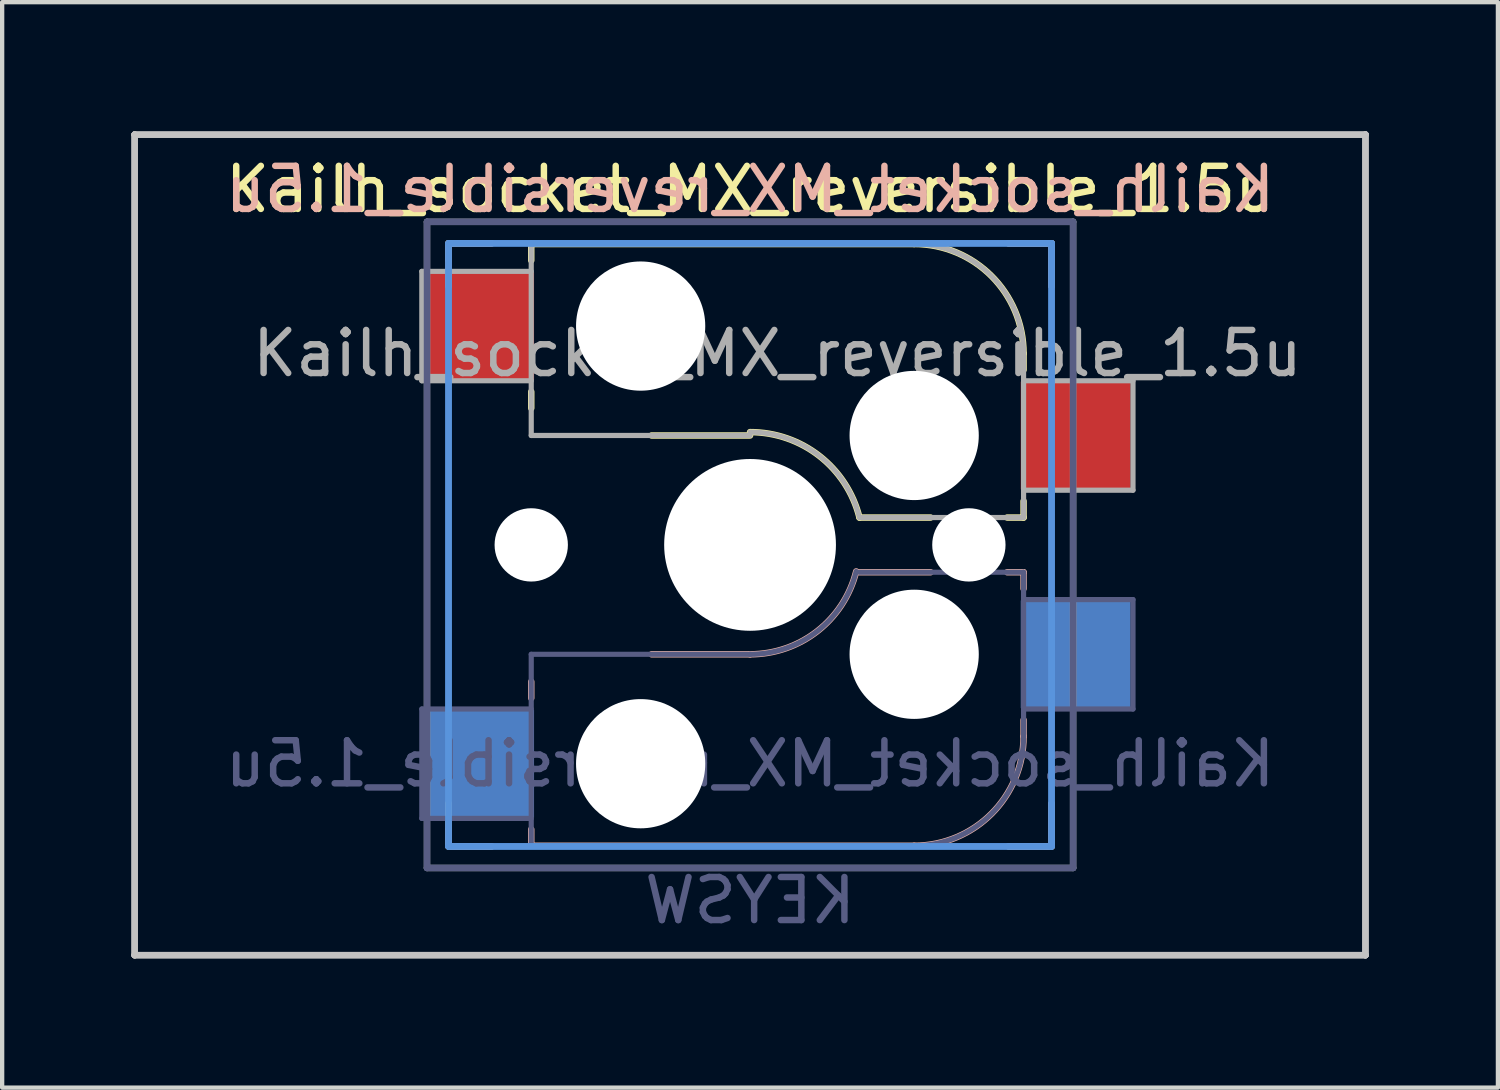
<source format=kicad_pcb>
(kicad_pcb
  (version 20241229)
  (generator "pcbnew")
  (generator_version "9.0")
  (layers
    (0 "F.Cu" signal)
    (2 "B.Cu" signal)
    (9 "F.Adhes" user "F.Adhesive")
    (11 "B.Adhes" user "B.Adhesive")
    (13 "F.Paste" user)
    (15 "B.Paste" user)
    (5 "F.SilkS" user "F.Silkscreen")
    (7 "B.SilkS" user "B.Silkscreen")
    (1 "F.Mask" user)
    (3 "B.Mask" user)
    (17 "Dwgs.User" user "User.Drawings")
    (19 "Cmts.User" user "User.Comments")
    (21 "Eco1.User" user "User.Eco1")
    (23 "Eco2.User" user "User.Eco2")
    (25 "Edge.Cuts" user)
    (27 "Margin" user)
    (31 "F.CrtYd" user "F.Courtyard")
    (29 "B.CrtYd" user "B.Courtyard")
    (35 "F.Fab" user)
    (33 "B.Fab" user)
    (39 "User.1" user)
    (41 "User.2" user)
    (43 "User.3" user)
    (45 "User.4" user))
  (footprint "Kailh_socket_MX_reversible_1.5u"
    (layer "F.Cu")
    (at 14.363 9.6)
    (property "Reference" "Kailh_socket_MX_reversible_1.5u" (at 0 -8.255 0) (layer "F.SilkS") (effects (font (size 1 1) (thickness 0.15))))
    (property "Value" "KEYSW" (at 0 8.255 0) (layer "F.Fab") (hide yes) (effects (font (size 1 1) (thickness 0.15))))
    (attr smd)
    (fp_line (start -7 -7) (end -6 -7) (stroke (width 0.15) (type solid)) (layer "F.SilkS"))
    (fp_line (start -7 -6.604) (end -7 -7) (stroke (width 0.15) (type solid)) (layer "F.SilkS"))
    (fp_line (start -7 7) (end -7 6) (stroke (width 0.15) (type solid)) (layer "F.SilkS"))
    (fp_line (start -6 7) (end -7 7) (stroke (width 0.15) (type solid)) (layer "F.SilkS"))
    (fp_line (start -5.08 -6.985) (end -5.08 -6.604) (stroke (width 0.15) (type solid)) (layer "F.SilkS"))
    (fp_line (start -5.08 -3.556) (end -5.08 -3.175) (stroke (width 0.15) (type solid)) (layer "F.SilkS"))
    (fp_line (start -2.286 -2.54) (end 0 -2.54) (stroke (width 0.15) (type solid)) (layer "F.SilkS"))
    (fp_line (start 2.54 -0.635) (end 4.191 -0.635) (stroke (width 0.15) (type solid)) (layer "F.SilkS"))
    (fp_line (start 3.81 -6.985) (end -5.08 -6.985) (stroke (width 0.15) (type solid)) (layer "F.SilkS"))
    (fp_line (start 5.969 -0.635) (end 6.35 -0.635) (stroke (width 0.15) (type solid)) (layer "F.SilkS"))
    (fp_line (start 6 -7) (end 7 -7) (stroke (width 0.15) (type solid)) (layer "F.SilkS"))
    (fp_line (start 6.35 -4.445) (end 6.35 -4.064) (stroke (width 0.15) (type solid)) (layer "F.SilkS"))
    (fp_line (start 6.35 -0.635) (end 6.35 -1.016) (stroke (width 0.15) (type solid)) (layer "F.SilkS"))
    (fp_line (start 7 -7) (end 7 -6) (stroke (width 0.15) (type solid)) (layer "F.SilkS"))
    (fp_line (start 7 6) (end 7 7) (stroke (width 0.15) (type solid)) (layer "F.SilkS"))
    (fp_line (start 7 7) (end 6 7) (stroke (width 0.15) (type solid)) (layer "F.SilkS"))
    (fp_arc (start 0.000001 -2.618171) (mid 1.611255 -2.063656) (end 2.539999 -0.634999) (stroke (width 0.15) (type solid)) (layer "F.SilkS"))
    (fp_arc (start 3.81 -6.985) (mid 5.606051 -6.241051) (end 6.35 -4.445) (stroke (width 0.15) (type solid)) (layer "F.SilkS"))
    (fp_line (start -7 -7) (end -6 -7) (stroke (width 0.15) (type solid)) (layer "B.SilkS"))
    (fp_line (start -7 -6) (end -7 -7) (stroke (width 0.15) (type solid)) (layer "B.SilkS"))
    (fp_line (start -7 7) (end -7 6.604) (stroke (width 0.15) (type solid)) (layer "B.SilkS"))
    (fp_line (start -6 7) (end -7 7) (stroke (width 0.15) (type solid)) (layer "B.SilkS"))
    (fp_line (start -5.08 3.175) (end -5.08 3.556) (stroke (width 0.15) (type solid)) (layer "B.SilkS"))
    (fp_line (start -5.08 6.604) (end -5.08 6.985) (stroke (width 0.15) (type solid)) (layer "B.SilkS"))
    (fp_line (start -5.08 6.985) (end 3.81 6.985) (stroke (width 0.15) (type solid)) (layer "B.SilkS"))
    (fp_line (start 0 2.54) (end -2.286 2.54) (stroke (width 0.15) (type solid)) (layer "B.SilkS"))
    (fp_line (start 4.191 0.635) (end 2.54 0.635) (stroke (width 0.15) (type solid)) (layer "B.SilkS"))
    (fp_line (start 6 -7) (end 7 -7) (stroke (width 0.15) (type solid)) (layer "B.SilkS"))
    (fp_line (start 6.35 0.635) (end 5.969 0.635) (stroke (width 0.15) (type solid)) (layer "B.SilkS"))
    (fp_line (start 6.35 1.016) (end 6.35 0.635) (stroke (width 0.15) (type solid)) (layer "B.SilkS"))
    (fp_line (start 6.35 4.445) (end 6.35 4.064) (stroke (width 0.15) (type solid)) (layer "B.SilkS"))
    (fp_line (start 7 -7) (end 7 -6) (stroke (width 0.15) (type solid)) (layer "B.SilkS"))
    (fp_line (start 7 6) (end 7 7) (stroke (width 0.15) (type solid)) (layer "B.SilkS"))
    (fp_line (start 7 7) (end 6 7) (stroke (width 0.15) (type solid)) (layer "B.SilkS"))
    (fp_arc (start 2.464162 0.61604) (mid 1.563147 2.002042) (end 0 2.54) (stroke (width 0.15) (type solid)) (layer "B.SilkS"))
    (fp_arc (start 6.35 4.445) (mid 5.606051 6.241051) (end 3.81 6.985) (stroke (width 0.15) (type solid)) (layer "B.SilkS"))
    (fp_line (start -14.287 -9.525) (end -14.287 -9.525) (stroke (width 0.15) (type solid)) (layer "Dwgs.User"))
    (fp_line (start -14.287 -9.525) (end -14.287 -9.525) (stroke (width 0.15) (type solid)) (layer "Dwgs.User"))
    (fp_line (start -14.287 -9.525) (end -14.287 9.525) (stroke (width 0.15) (type solid)) (layer "Dwgs.User"))
    (fp_line (start -14.287 -9.525) (end 14.287 -9.525) (stroke (width 0.15) (type solid)) (layer "Dwgs.User"))
    (fp_line (start -14.287 9.525) (end -14.287 -9.525) (stroke (width 0.15) (type solid)) (layer "Dwgs.User"))
    (fp_line (start -14.287 9.525) (end -14.287 9.525) (stroke (width 0.15) (type solid)) (layer "Dwgs.User"))
    (fp_line (start -14.287 9.525) (end -14.287 9.525) (stroke (width 0.15) (type solid)) (layer "Dwgs.User"))
    (fp_line (start -14.287 9.525) (end 14.287 9.525) (stroke (width 0.15) (type solid)) (layer "Dwgs.User"))
    (fp_line (start 14.287 -9.525) (end -14.287 -9.525) (stroke (width 0.15) (type solid)) (layer "Dwgs.User"))
    (fp_line (start 14.287 -9.525) (end 14.287 -9.525) (stroke (width 0.15) (type solid)) (layer "Dwgs.User"))
    (fp_line (start 14.287 -9.525) (end 14.287 -9.525) (stroke (width 0.15) (type solid)) (layer "Dwgs.User"))
    (fp_line (start 14.287 -9.525) (end 14.287 9.525) (stroke (width 0.15) (type solid)) (layer "Dwgs.User"))
    (fp_line (start 14.287 9.525) (end -14.287 9.525) (stroke (width 0.15) (type solid)) (layer "Dwgs.User"))
    (fp_line (start 14.287 9.525) (end 14.287 -9.525) (stroke (width 0.15) (type solid)) (layer "Dwgs.User"))
    (fp_line (start 14.287 9.525) (end 14.287 9.525) (stroke (width 0.15) (type solid)) (layer "Dwgs.User"))
    (fp_line (start 14.287 9.525) (end 14.287 9.525) (stroke (width 0.15) (type solid)) (layer "Dwgs.User"))
    (fp_line (start -7 -7) (end -7 7) (stroke (width 0.15) (type solid)) (layer "Cmts.User"))
    (fp_line (start -7 -7) (end 7 -7) (stroke (width 0.15) (type solid)) (layer "Cmts.User"))
    (fp_line (start -7 7) (end -7 -7) (stroke (width 0.15) (type solid)) (layer "Cmts.User"))
    (fp_line (start -7 7) (end -7 7) (stroke (width 0.15) (type solid)) (layer "Cmts.User"))
    (fp_line (start -7 7) (end -7 7) (stroke (width 0.15) (type solid)) (layer "Cmts.User"))
    (fp_line (start -7 7) (end 7 7) (stroke (width 0.15) (type solid)) (layer "Cmts.User"))
    (fp_line (start 7 -7) (end -7 -7) (stroke (width 0.15) (type solid)) (layer "Cmts.User"))
    (fp_line (start 7 -7) (end 7 -7) (stroke (width 0.15) (type solid)) (layer "Cmts.User"))
    (fp_line (start 7 -7) (end 7 -7) (stroke (width 0.15) (type solid)) (layer "Cmts.User"))
    (fp_line (start 7 -7) (end 7 7) (stroke (width 0.15) (type solid)) (layer "Cmts.User"))
    (fp_line (start 7 7) (end -7 7) (stroke (width 0.15) (type solid)) (layer "Cmts.User"))
    (fp_line (start 7 7) (end 7 -7) (stroke (width 0.15) (type solid)) (layer "Cmts.User"))
    (fp_line (start 7 7) (end 7 7) (stroke (width 0.15) (type solid)) (layer "Cmts.User"))
    (fp_line (start 7 7) (end 7 7) (stroke (width 0.15) (type solid)) (layer "Cmts.User"))
    (fp_line (start -6.9 6.9) (end -6.9 -6.9) (stroke (width 0.15) (type solid)) (layer "Eco2.User"))
    (fp_line (start -6.9 6.9) (end 6.9 6.9) (stroke (width 0.15) (type solid)) (layer "Eco2.User"))
    (fp_line (start 6.9 -6.9) (end -6.9 -6.9) (stroke (width 0.15) (type solid)) (layer "Eco2.User"))
    (fp_line (start 6.9 -6.9) (end 6.9 6.9) (stroke (width 0.15) (type solid)) (layer "Eco2.User"))
    (fp_line (start -7.62 3.81) (end -7.62 6.35) (stroke (width 0.12) (type solid)) (layer "B.Fab"))
    (fp_line (start -7.62 6.35) (end -5.08 6.35) (stroke (width 0.12) (type solid)) (layer "B.Fab"))
    (fp_line (start -7.5 -7.5) (end 7.5 -7.5) (stroke (width 0.15) (type solid)) (layer "B.Fab"))
    (fp_line (start -7.5 7.5) (end -7.5 -7.5) (stroke (width 0.15) (type solid)) (layer "B.Fab"))
    (fp_line (start -5.08 2.54) (end -5.08 6.985) (stroke (width 0.12) (type solid)) (layer "B.Fab"))
    (fp_line (start -5.08 3.81) (end -7.62 3.81) (stroke (width 0.12) (type solid)) (layer "B.Fab"))
    (fp_line (start -5.08 6.985) (end 3.81 6.985) (stroke (width 0.12) (type solid)) (layer "B.Fab"))
    (fp_line (start 0 2.54) (end -5.08 2.54) (stroke (width 0.12) (type solid)) (layer "B.Fab"))
    (fp_line (start 6.35 0.635) (end 2.54 0.635) (stroke (width 0.12) (type solid)) (layer "B.Fab"))
    (fp_line (start 6.35 3.81) (end 8.89 3.81) (stroke (width 0.12) (type solid)) (layer "B.Fab"))
    (fp_line (start 6.35 4.445) (end 6.35 0.635) (stroke (width 0.12) (type solid)) (layer "B.Fab"))
    (fp_line (start 7.5 -7.5) (end 7.5 7.5) (stroke (width 0.15) (type solid)) (layer "B.Fab"))
    (fp_line (start 7.5 7.5) (end -7.5 7.5) (stroke (width 0.15) (type solid)) (layer "B.Fab"))
    (fp_line (start 8.89 1.27) (end 6.35 1.27) (stroke (width 0.12) (type solid)) (layer "B.Fab"))
    (fp_line (start 8.89 3.81) (end 8.89 1.27) (stroke (width 0.12) (type solid)) (layer "B.Fab"))
    (fp_arc (start 2.464162 0.61604) (mid 1.563147 2.002042) (end 0 2.54) (stroke (width 0.12) (type solid)) (layer "B.Fab"))
    (fp_arc (start 6.35 4.445) (mid 5.606051 6.241051) (end 3.81 6.985) (stroke (width 0.12) (type solid)) (layer "B.Fab"))
    (fp_line (start -7.62 -6.35) (end -7.62 -3.81) (stroke (width 0.12) (type solid)) (layer "F.Fab"))
    (fp_line (start -7.62 -3.81) (end -5.08 -3.81) (stroke (width 0.12) (type solid)) (layer "F.Fab"))
    (fp_line (start -7.5 -7.5) (end 7.5 -7.5) (stroke (width 0.15) (type solid)) (layer "F.Fab"))
    (fp_line (start -7.5 7.5) (end -7.5 -7.5) (stroke (width 0.15) (type solid)) (layer "F.Fab"))
    (fp_line (start -5.08 -6.985) (end -5.08 -2.54) (stroke (width 0.12) (type solid)) (layer "F.Fab"))
    (fp_line (start -5.08 -6.35) (end -7.62 -6.35) (stroke (width 0.12) (type solid)) (layer "F.Fab"))
    (fp_line (start -5.08 -2.54) (end 0 -2.54) (stroke (width 0.12) (type solid)) (layer "F.Fab"))
    (fp_line (start 2.54 -0.635) (end 6.35 -0.635) (stroke (width 0.12) (type solid)) (layer "F.Fab"))
    (fp_line (start 3.81 -6.985) (end -5.08 -6.985) (stroke (width 0.12) (type solid)) (layer "F.Fab"))
    (fp_line (start 6.35 -1.27) (end 8.89 -1.27) (stroke (width 0.12) (type solid)) (layer "F.Fab"))
    (fp_line (start 6.35 -0.635) (end 6.35 -4.445) (stroke (width 0.12) (type solid)) (layer "F.Fab"))
    (fp_line (start 7.5 -7.5) (end 7.5 7.5) (stroke (width 0.15) (type solid)) (layer "F.Fab"))
    (fp_line (start 7.5 7.5) (end -7.5 7.5) (stroke (width 0.15) (type solid)) (layer "F.Fab"))
    (fp_line (start 8.89 -3.81) (end 6.35 -3.81) (stroke (width 0.12) (type solid)) (layer "F.Fab"))
    (fp_line (start 8.89 -1.27) (end 8.89 -3.81) (stroke (width 0.12) (type solid)) (layer "F.Fab"))
    (fp_arc (start 0.000001 -2.618171) (mid 1.611255 -2.063656) (end 2.539999 -0.634999) (stroke (width 0.12) (type solid)) (layer "F.Fab"))
    (fp_arc (start 3.81 -6.985) (mid 5.606051 -6.241051) (end 6.35 -4.445) (stroke (width 0.12) (type solid)) (layer "F.Fab"))
    (fp_poly (pts (xy 7.144 7.144) (xy -7.144 7.144) (xy -7.144 -7.144) (xy 7.144 -7.144)) (stroke (width 0.1) (type solid)) (fill no) (layer "User.2"))
    (fp_poly (pts (xy 2.381 8.334) (xy -2.381 8.334) (xy -2.381 -8.334) (xy 2.381 -8.334)) (stroke (width 0.1) (type solid)) (fill no) (layer "User.3"))
    (fp_text user "${REFERENCE}" (at 0 -8.255 0) (layer "B.SilkS") (effects (font (size 1 1) (thickness 0.15)) (justify mirror)))
    (fp_text user "${REFERENCE}" (at 0 5.08 0) (layer "B.Fab") (effects (font (size 1 1) (thickness 0.15)) (justify mirror)))
    (fp_text user "${VALUE}" (at 0 8.255 0) (layer "B.Fab") (effects (font (size 1 1) (thickness 0.15)) (justify mirror)))
    (fp_text user "${REFERENCE}" (at 0.635 -4.445 0) (layer "F.Fab") (effects (font (size 1 1) (thickness 0.15))))
    (pad "" np_thru_hole circle (at -5.08 0) (size 1.702 1.702) (drill 1.702) (layers "*.Cu" "*.Mask"))
    (pad "" np_thru_hole circle (at -2.54 -5.08) (size 3 3) (drill 3) (layers "*.Cu" "*.Mask"))
    (pad "" np_thru_hole circle (at -2.54 5.08) (size 3 3) (drill 3) (layers "*.Cu" "*.Mask"))
    (pad "" np_thru_hole circle (at 0 0) (size 3.988 3.988) (drill 3.988) (layers "*.Cu" "*.Mask"))
    (pad "" np_thru_hole circle (at 3.81 -2.54) (size 3 3) (drill 3) (layers "*.Cu" "*.Mask"))
    (pad "" np_thru_hole circle (at 3.81 2.54) (size 3 3) (drill 3) (layers "*.Cu" "*.Mask"))
    (pad "" np_thru_hole circle (at 5.08 0) (size 1.702 1.702) (drill 1.702) (layers "*.Cu" "*.Mask"))
    (pad "1" smd rect (at -6.29 -5.08) (size 2.55 2.5) (layers "F.Cu" "F.Mask" "F.Paste"))
    (pad "1" smd rect (at -6.29 5.08) (size 2.55 2.5) (layers "B.Cu" "B.Mask" "B.Paste"))
    (pad "2" smd rect (at 7.56 -2.54) (size 2.55 2.5) (layers "F.Cu" "F.Mask" "F.Paste"))
    (pad "2" smd rect (at 7.56 2.54) (size 2.55 2.5) (layers "B.Cu" "B.Mask" "B.Paste")))
  (gr_rect
    (start -3 -3)
    (end 31.725 22.2)
    (stroke (width 0.1) (type default))
    (fill no)
    (layer "Edge.Cuts")))
</source>
